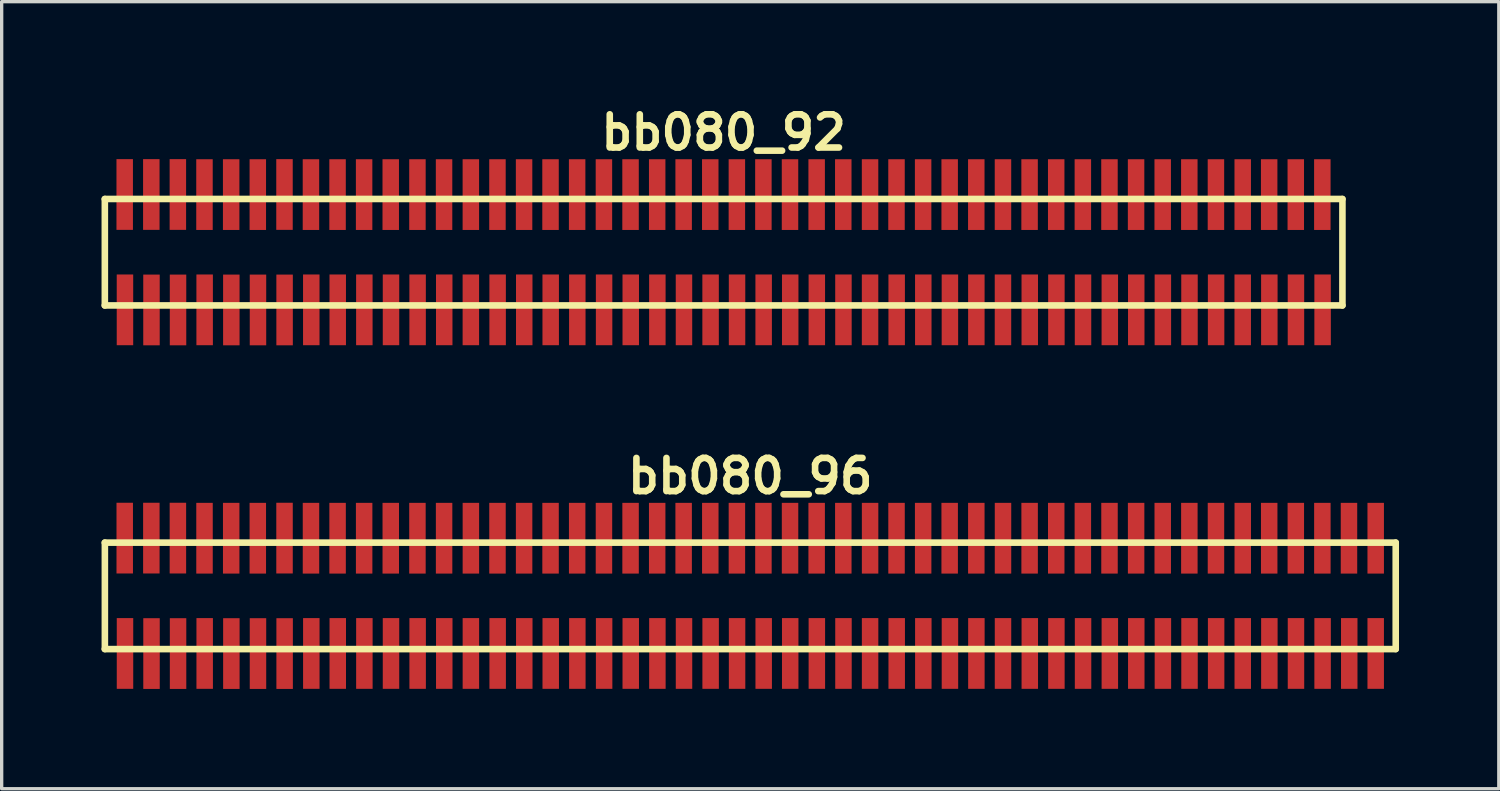
<source format=kicad_pcb>
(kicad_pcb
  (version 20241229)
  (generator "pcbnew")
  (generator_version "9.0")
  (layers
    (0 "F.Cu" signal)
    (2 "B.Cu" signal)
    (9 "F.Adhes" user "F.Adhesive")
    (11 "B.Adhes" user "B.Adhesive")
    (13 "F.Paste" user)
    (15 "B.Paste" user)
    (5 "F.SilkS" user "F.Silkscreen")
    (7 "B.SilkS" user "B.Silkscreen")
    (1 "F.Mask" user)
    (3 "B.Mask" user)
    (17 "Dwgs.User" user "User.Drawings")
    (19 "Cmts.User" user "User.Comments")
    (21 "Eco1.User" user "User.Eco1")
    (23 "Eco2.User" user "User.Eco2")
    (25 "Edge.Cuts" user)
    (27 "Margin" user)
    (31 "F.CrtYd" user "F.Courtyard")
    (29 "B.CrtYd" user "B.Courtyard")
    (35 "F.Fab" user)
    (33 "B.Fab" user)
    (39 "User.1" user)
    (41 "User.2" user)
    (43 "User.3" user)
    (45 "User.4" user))
  (footprint "bb080_96"
    (layer "F.Cu")
    (at 19.5 14.859)
    (property "Reference" "bb080_96" (at 0 -3.599 0) (layer "F.SilkS") (effects (font (size 0.998 0.998) (thickness 0.198))))
    (attr through_hole)
    (fp_line (start -19.401 -1.6) (end 19.401 -1.6) (stroke (width 0.198) (type solid)) (layer "F.SilkS"))
    (fp_line (start -19.398 -1.6) (end -19.398 1.6) (stroke (width 0.198) (type solid)) (layer "F.SilkS"))
    (fp_line (start 19.401 1.6) (end -19.401 1.6) (stroke (width 0.198) (type solid)) (layer "F.SilkS"))
    (fp_line (start 19.401 1.6) (end 19.401 -1.6) (stroke (width 0.198) (type solid)) (layer "F.SilkS"))
    (pad "1" smd rect (at -18.793 1.732) (size 0.495 2.126) (layers "F.Cu" "F.Mask" "F.Paste"))
    (pad "2" smd rect (at -18.801 -1.735) (size 0.495 2.126) (layers "F.Cu" "F.Mask" "F.Paste"))
    (pad "3" smd rect (at -17.996 1.735) (size 0.495 2.126) (layers "F.Cu" "F.Mask" "F.Paste"))
    (pad "4" smd rect (at -18.001 -1.735) (size 0.495 2.126) (layers "F.Cu" "F.Mask" "F.Paste"))
    (pad "5" smd rect (at -17.198 1.735) (size 0.495 2.126) (layers "F.Cu" "F.Mask" "F.Paste"))
    (pad "6" smd rect (at -17.203 -1.735) (size 0.495 2.126) (layers "F.Cu" "F.Mask" "F.Paste"))
    (pad "7" smd rect (at -16.398 1.732) (size 0.495 2.126) (layers "F.Cu" "F.Mask" "F.Paste"))
    (pad "8" smd rect (at -16.403 -1.732) (size 0.495 2.126) (layers "F.Cu" "F.Mask" "F.Paste"))
    (pad "9" smd rect (at -15.596 1.735) (size 0.495 2.126) (layers "F.Cu" "F.Mask" "F.Paste"))
    (pad "10" smd rect (at -15.601 -1.732) (size 0.495 2.126) (layers "F.Cu" "F.Mask" "F.Paste"))
    (pad "11" smd rect (at -14.796 1.735) (size 0.495 2.126) (layers "F.Cu" "F.Mask" "F.Paste"))
    (pad "12" smd rect (at -14.801 -1.732) (size 0.495 2.126) (layers "F.Cu" "F.Mask" "F.Paste"))
    (pad "13" smd rect (at -13.995 1.735) (size 0.495 2.126) (layers "F.Cu" "F.Mask" "F.Paste"))
    (pad "14" smd rect (at -13.998 -1.735) (size 0.495 2.126) (layers "F.Cu" "F.Mask" "F.Paste"))
    (pad "15" smd rect (at -13.193 1.732) (size 0.495 2.126) (layers "F.Cu" "F.Mask" "F.Paste"))
    (pad "16" smd rect (at -13.203 -1.732) (size 0.495 2.126) (layers "F.Cu" "F.Mask" "F.Paste"))
    (pad "17" smd rect (at -12.398 1.732) (size 0.495 2.126) (layers "F.Cu" "F.Mask" "F.Paste"))
    (pad "18" smd rect (at -12.403 -1.732) (size 0.495 2.126) (layers "F.Cu" "F.Mask" "F.Paste"))
    (pad "19" smd rect (at -11.598 1.732) (size 0.495 2.126) (layers "F.Cu" "F.Mask" "F.Paste"))
    (pad "20" smd rect (at -11.605 -1.732) (size 0.495 2.126) (layers "F.Cu" "F.Mask" "F.Paste"))
    (pad "21" smd rect (at -10.798 1.732) (size 0.495 2.126) (layers "F.Cu" "F.Mask" "F.Paste"))
    (pad "22" smd rect (at -10.805 -1.732) (size 0.495 2.126) (layers "F.Cu" "F.Mask" "F.Paste"))
    (pad "23" smd rect (at -9.997 1.732) (size 0.495 2.126) (layers "F.Cu" "F.Mask" "F.Paste"))
    (pad "24" smd rect (at -10.003 -1.732) (size 0.495 2.126) (layers "F.Cu" "F.Mask" "F.Paste"))
    (pad "25" smd rect (at -9.197 1.732) (size 0.495 2.126) (layers "F.Cu" "F.Mask" "F.Paste"))
    (pad "26" smd rect (at -9.202 -1.732) (size 0.495 2.126) (layers "F.Cu" "F.Mask" "F.Paste"))
    (pad "27" smd rect (at -8.397 1.732) (size 0.495 2.126) (layers "F.Cu" "F.Mask" "F.Paste"))
    (pad "28" smd rect (at -8.397 -1.732) (size 0.495 2.126) (layers "F.Cu" "F.Mask" "F.Paste"))
    (pad "29" smd rect (at -7.592 1.732) (size 0.495 2.126) (layers "F.Cu" "F.Mask" "F.Paste"))
    (pad "30" smd rect (at -7.597 -1.732) (size 0.495 2.126) (layers "F.Cu" "F.Mask" "F.Paste"))
    (pad "31" smd rect (at -6.792 1.732) (size 0.495 2.126) (layers "F.Cu" "F.Mask" "F.Paste"))
    (pad "32" smd rect (at -6.797 -1.732) (size 0.495 2.126) (layers "F.Cu" "F.Mask" "F.Paste"))
    (pad "33" smd rect (at -5.997 1.732) (size 0.495 2.126) (layers "F.Cu" "F.Mask" "F.Paste"))
    (pad "34" smd rect (at -6.002 -1.732) (size 0.495 2.126) (layers "F.Cu" "F.Mask" "F.Paste"))
    (pad "35" smd rect (at -5.197 1.732) (size 0.495 2.126) (layers "F.Cu" "F.Mask" "F.Paste"))
    (pad "36" smd rect (at -5.202 -1.732) (size 0.495 2.126) (layers "F.Cu" "F.Mask" "F.Paste"))
    (pad "37" smd rect (at -4.392 1.732) (size 0.495 2.126) (layers "F.Cu" "F.Mask" "F.Paste"))
    (pad "38" smd rect (at -4.397 -1.732) (size 0.495 2.126) (layers "F.Cu" "F.Mask" "F.Paste"))
    (pad "39" smd rect (at -3.592 1.732) (size 0.495 2.126) (layers "F.Cu" "F.Mask" "F.Paste"))
    (pad "40" smd rect (at -3.597 -1.732) (size 0.495 2.126) (layers "F.Cu" "F.Mask" "F.Paste"))
    (pad "41" smd rect (at -2.791 1.732) (size 0.495 2.126) (layers "F.Cu" "F.Mask" "F.Paste"))
    (pad "42" smd rect (at -2.797 -1.732) (size 0.495 2.126) (layers "F.Cu" "F.Mask" "F.Paste"))
    (pad "43" smd rect (at -1.991 1.732) (size 0.495 2.126) (layers "F.Cu" "F.Mask" "F.Paste"))
    (pad "44" smd rect (at -2.002 -1.732) (size 0.495 2.126) (layers "F.Cu" "F.Mask" "F.Paste"))
    (pad "45" smd rect (at -1.191 1.732) (size 0.495 2.126) (layers "F.Cu" "F.Mask" "F.Paste"))
    (pad "46" smd rect (at -1.201 -1.732) (size 0.495 2.126) (layers "F.Cu" "F.Mask" "F.Paste"))
    (pad "47" smd rect (at -0.396 1.732) (size 0.495 2.126) (layers "F.Cu" "F.Mask" "F.Paste"))
    (pad "48" smd rect (at -0.401 -1.732) (size 0.495 2.126) (layers "F.Cu" "F.Mask" "F.Paste"))
    (pad "49" smd rect (at 0.404 1.732) (size 0.495 2.126) (layers "F.Cu" "F.Mask" "F.Paste"))
    (pad "50" smd rect (at 0.396 -1.732) (size 0.495 2.126) (layers "F.Cu" "F.Mask" "F.Paste"))
    (pad "51" smd rect (at 1.201 1.732) (size 0.495 2.126) (layers "F.Cu" "F.Mask" "F.Paste"))
    (pad "52" smd rect (at 1.196 -1.732) (size 0.495 2.126) (layers "F.Cu" "F.Mask" "F.Paste"))
    (pad "53" smd rect (at 2.002 1.732) (size 0.495 2.126) (layers "F.Cu" "F.Mask" "F.Paste"))
    (pad "54" smd rect (at 1.996 -1.732) (size 0.495 2.126) (layers "F.Cu" "F.Mask" "F.Paste"))
    (pad "55" smd rect (at 2.802 1.732) (size 0.495 2.126) (layers "F.Cu" "F.Mask" "F.Paste"))
    (pad "56" smd rect (at 2.797 -1.732) (size 0.495 2.126) (layers "F.Cu" "F.Mask" "F.Paste"))
    (pad "57" smd rect (at 3.602 1.732) (size 0.495 2.126) (layers "F.Cu" "F.Mask" "F.Paste"))
    (pad "58" smd rect (at 3.602 -1.732) (size 0.495 2.126) (layers "F.Cu" "F.Mask" "F.Paste"))
    (pad "59" smd rect (at 4.402 1.732) (size 0.495 2.126) (layers "F.Cu" "F.Mask" "F.Paste"))
    (pad "60" smd rect (at 4.397 -1.732) (size 0.495 2.126) (layers "F.Cu" "F.Mask" "F.Paste"))
    (pad "61" smd rect (at 5.202 1.732) (size 0.495 2.126) (layers "F.Cu" "F.Mask" "F.Paste"))
    (pad "62" smd rect (at 5.197 -1.732) (size 0.495 2.126) (layers "F.Cu" "F.Mask" "F.Paste"))
    (pad "63" smd rect (at 6.002 1.732) (size 0.495 2.126) (layers "F.Cu" "F.Mask" "F.Paste"))
    (pad "64" smd rect (at 5.994 -1.732) (size 0.495 2.126) (layers "F.Cu" "F.Mask" "F.Paste"))
    (pad "65" smd rect (at 6.797 1.732) (size 0.495 2.126) (layers "F.Cu" "F.Mask" "F.Paste"))
    (pad "66" smd rect (at 6.795 -1.732) (size 0.495 2.126) (layers "F.Cu" "F.Mask" "F.Paste"))
    (pad "67" smd rect (at 7.597 1.732) (size 0.495 2.126) (layers "F.Cu" "F.Mask" "F.Paste"))
    (pad "68" smd rect (at 7.597 -1.732) (size 0.495 2.126) (layers "F.Cu" "F.Mask" "F.Paste"))
    (pad "69" smd rect (at 8.402 1.732) (size 0.495 2.126) (layers "F.Cu" "F.Mask" "F.Paste"))
    (pad "70" smd rect (at 8.397 -1.732) (size 0.495 2.126) (layers "F.Cu" "F.Mask" "F.Paste"))
    (pad "71" smd rect (at 9.202 1.732) (size 0.495 2.126) (layers "F.Cu" "F.Mask" "F.Paste"))
    (pad "72" smd rect (at 9.197 -1.732) (size 0.495 2.126) (layers "F.Cu" "F.Mask" "F.Paste"))
    (pad "73" smd rect (at 10.003 1.732) (size 0.495 2.126) (layers "F.Cu" "F.Mask" "F.Paste"))
    (pad "74" smd rect (at 9.997 -1.732) (size 0.495 2.126) (layers "F.Cu" "F.Mask" "F.Paste"))
    (pad "75" smd rect (at 10.808 1.732) (size 0.495 2.126) (layers "F.Cu" "F.Mask" "F.Paste"))
    (pad "76" smd rect (at 10.798 -1.732) (size 0.495 2.126) (layers "F.Cu" "F.Mask" "F.Paste"))
    (pad "77" smd rect (at 11.603 1.732) (size 0.495 2.126) (layers "F.Cu" "F.Mask" "F.Paste"))
    (pad "78" smd rect (at 11.598 -1.732) (size 0.495 2.126) (layers "F.Cu" "F.Mask" "F.Paste"))
    (pad "79" smd rect (at 12.403 1.732) (size 0.495 2.126) (layers "F.Cu" "F.Mask" "F.Paste"))
    (pad "80" smd rect (at 12.398 -1.732) (size 0.495 2.126) (layers "F.Cu" "F.Mask" "F.Paste"))
    (pad "81" smd rect (at 13.203 1.732) (size 0.495 2.126) (layers "F.Cu" "F.Mask" "F.Paste"))
    (pad "82" smd rect (at 13.198 -1.732) (size 0.495 2.126) (layers "F.Cu" "F.Mask" "F.Paste"))
    (pad "83" smd rect (at 14.003 1.732) (size 0.495 2.126) (layers "F.Cu" "F.Mask" "F.Paste"))
    (pad "84" smd rect (at 13.998 -1.732) (size 0.495 2.126) (layers "F.Cu" "F.Mask" "F.Paste"))
    (pad "85" smd rect (at 14.803 1.732) (size 0.495 2.126) (layers "F.Cu" "F.Mask" "F.Paste"))
    (pad "86" smd rect (at 14.803 -1.732) (size 0.495 2.126) (layers "F.Cu" "F.Mask" "F.Paste"))
    (pad "87" smd rect (at 15.603 1.732) (size 0.495 2.126) (layers "F.Cu" "F.Mask" "F.Paste"))
    (pad "88" smd rect (at 15.598 -1.732) (size 0.495 2.126) (layers "F.Cu" "F.Mask" "F.Paste"))
    (pad "89" smd rect (at 16.403 1.732) (size 0.495 2.126) (layers "F.Cu" "F.Mask" "F.Paste"))
    (pad "90" smd rect (at 16.398 -1.732) (size 0.495 2.126) (layers "F.Cu" "F.Mask" "F.Paste"))
    (pad "91" smd rect (at 17.203 1.732) (size 0.495 2.126) (layers "F.Cu" "F.Mask" "F.Paste"))
    (pad "92" smd rect (at 17.196 -1.732) (size 0.495 2.126) (layers "F.Cu" "F.Mask" "F.Paste"))
    (pad "93" smd rect (at 18.004 1.732) (size 0.495 2.126) (layers "F.Cu" "F.Mask" "F.Paste"))
    (pad "94" smd rect (at 17.996 -1.732) (size 0.495 2.126) (layers "F.Cu" "F.Mask" "F.Paste"))
    (pad "95" smd rect (at 18.799 1.732) (size 0.495 2.126) (layers "F.Cu" "F.Mask" "F.Paste"))
    (pad "96" smd rect (at 18.799 -1.732) (size 0.495 2.126) (layers "F.Cu" "F.Mask" "F.Paste")))
  (footprint "bb080_92"
    (layer "F.Cu")
    (at 18.699 4.531)
    (property "Reference" "bb080_92" (at 0 -3.599 0) (layer "F.SilkS") (effects (font (size 0.998 0.998) (thickness 0.198))))
    (attr through_hole)
    (fp_line (start -18.6 1.6) (end 18.6 1.6) (stroke (width 0.198) (type solid)) (layer "F.SilkS"))
    (fp_line (start -18.598 -1.6) (end -18.598 1.6) (stroke (width 0.198) (type solid)) (layer "F.SilkS"))
    (fp_line (start 18.6 -1.6) (end -18.6 -1.6) (stroke (width 0.198) (type solid)) (layer "F.SilkS"))
    (fp_line (start 18.6 1.6) (end 18.6 -1.6) (stroke (width 0.198) (type solid)) (layer "F.SilkS"))
    (pad "1" smd rect (at -17.993 1.732) (size 0.495 2.126) (layers "F.Cu" "F.Mask" "F.Paste"))
    (pad "2" smd rect (at -18.001 -1.735) (size 0.495 2.126) (layers "F.Cu" "F.Mask" "F.Paste"))
    (pad "3" smd rect (at -17.196 1.735) (size 0.495 2.126) (layers "F.Cu" "F.Mask" "F.Paste"))
    (pad "4" smd rect (at -17.201 -1.735) (size 0.495 2.126) (layers "F.Cu" "F.Mask" "F.Paste"))
    (pad "5" smd rect (at -16.398 1.735) (size 0.495 2.126) (layers "F.Cu" "F.Mask" "F.Paste"))
    (pad "6" smd rect (at -16.403 -1.735) (size 0.495 2.126) (layers "F.Cu" "F.Mask" "F.Paste"))
    (pad "7" smd rect (at -15.598 1.732) (size 0.495 2.126) (layers "F.Cu" "F.Mask" "F.Paste"))
    (pad "8" smd rect (at -15.603 -1.732) (size 0.495 2.126) (layers "F.Cu" "F.Mask" "F.Paste"))
    (pad "9" smd rect (at -14.796 1.735) (size 0.495 2.126) (layers "F.Cu" "F.Mask" "F.Paste"))
    (pad "10" smd rect (at -14.801 -1.732) (size 0.495 2.126) (layers "F.Cu" "F.Mask" "F.Paste"))
    (pad "11" smd rect (at -13.995 1.735) (size 0.495 2.126) (layers "F.Cu" "F.Mask" "F.Paste"))
    (pad "12" smd rect (at -14 -1.732) (size 0.495 2.126) (layers "F.Cu" "F.Mask" "F.Paste"))
    (pad "13" smd rect (at -13.195 1.735) (size 0.495 2.126) (layers "F.Cu" "F.Mask" "F.Paste"))
    (pad "14" smd rect (at -13.198 -1.735) (size 0.495 2.126) (layers "F.Cu" "F.Mask" "F.Paste"))
    (pad "15" smd rect (at -12.393 1.732) (size 0.495 2.126) (layers "F.Cu" "F.Mask" "F.Paste"))
    (pad "16" smd rect (at -12.403 -1.732) (size 0.495 2.126) (layers "F.Cu" "F.Mask" "F.Paste"))
    (pad "17" smd rect (at -11.598 1.732) (size 0.495 2.126) (layers "F.Cu" "F.Mask" "F.Paste"))
    (pad "18" smd rect (at -11.603 -1.732) (size 0.495 2.126) (layers "F.Cu" "F.Mask" "F.Paste"))
    (pad "19" smd rect (at -10.798 1.732) (size 0.495 2.126) (layers "F.Cu" "F.Mask" "F.Paste"))
    (pad "20" smd rect (at -10.805 -1.732) (size 0.495 2.126) (layers "F.Cu" "F.Mask" "F.Paste"))
    (pad "21" smd rect (at -9.997 1.732) (size 0.495 2.126) (layers "F.Cu" "F.Mask" "F.Paste"))
    (pad "22" smd rect (at -10.005 -1.732) (size 0.495 2.126) (layers "F.Cu" "F.Mask" "F.Paste"))
    (pad "23" smd rect (at -9.197 1.732) (size 0.495 2.126) (layers "F.Cu" "F.Mask" "F.Paste"))
    (pad "24" smd rect (at -9.202 -1.732) (size 0.495 2.126) (layers "F.Cu" "F.Mask" "F.Paste"))
    (pad "25" smd rect (at -8.397 1.732) (size 0.495 2.126) (layers "F.Cu" "F.Mask" "F.Paste"))
    (pad "26" smd rect (at -8.402 -1.732) (size 0.495 2.126) (layers "F.Cu" "F.Mask" "F.Paste"))
    (pad "27" smd rect (at -7.597 1.732) (size 0.495 2.126) (layers "F.Cu" "F.Mask" "F.Paste"))
    (pad "28" smd rect (at -7.597 -1.732) (size 0.495 2.126) (layers "F.Cu" "F.Mask" "F.Paste"))
    (pad "29" smd rect (at -6.792 1.732) (size 0.495 2.126) (layers "F.Cu" "F.Mask" "F.Paste"))
    (pad "30" smd rect (at -6.797 -1.732) (size 0.495 2.126) (layers "F.Cu" "F.Mask" "F.Paste"))
    (pad "31" smd rect (at -5.992 1.732) (size 0.495 2.126) (layers "F.Cu" "F.Mask" "F.Paste"))
    (pad "32" smd rect (at -5.997 -1.732) (size 0.495 2.126) (layers "F.Cu" "F.Mask" "F.Paste"))
    (pad "33" smd rect (at -5.197 1.732) (size 0.495 2.126) (layers "F.Cu" "F.Mask" "F.Paste"))
    (pad "34" smd rect (at -5.202 -1.732) (size 0.495 2.126) (layers "F.Cu" "F.Mask" "F.Paste"))
    (pad "35" smd rect (at -4.397 1.732) (size 0.495 2.126) (layers "F.Cu" "F.Mask" "F.Paste"))
    (pad "36" smd rect (at -4.402 -1.732) (size 0.495 2.126) (layers "F.Cu" "F.Mask" "F.Paste"))
    (pad "37" smd rect (at -3.592 1.732) (size 0.495 2.126) (layers "F.Cu" "F.Mask" "F.Paste"))
    (pad "38" smd rect (at -3.597 -1.732) (size 0.495 2.126) (layers "F.Cu" "F.Mask" "F.Paste"))
    (pad "39" smd rect (at -2.791 1.732) (size 0.495 2.126) (layers "F.Cu" "F.Mask" "F.Paste"))
    (pad "40" smd rect (at -2.797 -1.732) (size 0.495 2.126) (layers "F.Cu" "F.Mask" "F.Paste"))
    (pad "41" smd rect (at -1.991 1.732) (size 0.495 2.126) (layers "F.Cu" "F.Mask" "F.Paste"))
    (pad "42" smd rect (at -1.996 -1.732) (size 0.495 2.126) (layers "F.Cu" "F.Mask" "F.Paste"))
    (pad "43" smd rect (at -1.191 1.732) (size 0.495 2.126) (layers "F.Cu" "F.Mask" "F.Paste"))
    (pad "44" smd rect (at -1.201 -1.732) (size 0.495 2.126) (layers "F.Cu" "F.Mask" "F.Paste"))
    (pad "45" smd rect (at -0.391 1.732) (size 0.495 2.126) (layers "F.Cu" "F.Mask" "F.Paste"))
    (pad "46" smd rect (at -0.401 -1.732) (size 0.495 2.126) (layers "F.Cu" "F.Mask" "F.Paste"))
    (pad "47" smd rect (at 0.404 1.732) (size 0.495 2.126) (layers "F.Cu" "F.Mask" "F.Paste"))
    (pad "48" smd rect (at 0.399 -1.732) (size 0.495 2.126) (layers "F.Cu" "F.Mask" "F.Paste"))
    (pad "49" smd rect (at 1.204 1.732) (size 0.495 2.126) (layers "F.Cu" "F.Mask" "F.Paste"))
    (pad "50" smd rect (at 1.196 -1.732) (size 0.495 2.126) (layers "F.Cu" "F.Mask" "F.Paste"))
    (pad "51" smd rect (at 2.002 1.732) (size 0.495 2.126) (layers "F.Cu" "F.Mask" "F.Paste"))
    (pad "52" smd rect (at 1.996 -1.732) (size 0.495 2.126) (layers "F.Cu" "F.Mask" "F.Paste"))
    (pad "53" smd rect (at 2.802 1.732) (size 0.495 2.126) (layers "F.Cu" "F.Mask" "F.Paste"))
    (pad "54" smd rect (at 2.797 -1.732) (size 0.495 2.126) (layers "F.Cu" "F.Mask" "F.Paste"))
    (pad "55" smd rect (at 3.602 1.732) (size 0.495 2.126) (layers "F.Cu" "F.Mask" "F.Paste"))
    (pad "56" smd rect (at 3.597 -1.732) (size 0.495 2.126) (layers "F.Cu" "F.Mask" "F.Paste"))
    (pad "57" smd rect (at 4.402 1.732) (size 0.495 2.126) (layers "F.Cu" "F.Mask" "F.Paste"))
    (pad "58" smd rect (at 4.402 -1.732) (size 0.495 2.126) (layers "F.Cu" "F.Mask" "F.Paste"))
    (pad "59" smd rect (at 5.202 1.732) (size 0.495 2.126) (layers "F.Cu" "F.Mask" "F.Paste"))
    (pad "60" smd rect (at 5.197 -1.732) (size 0.495 2.126) (layers "F.Cu" "F.Mask" "F.Paste"))
    (pad "61" smd rect (at 6.002 1.732) (size 0.495 2.126) (layers "F.Cu" "F.Mask" "F.Paste"))
    (pad "62" smd rect (at 5.997 -1.732) (size 0.495 2.126) (layers "F.Cu" "F.Mask" "F.Paste"))
    (pad "63" smd rect (at 6.802 1.732) (size 0.495 2.126) (layers "F.Cu" "F.Mask" "F.Paste"))
    (pad "64" smd rect (at 6.795 -1.732) (size 0.495 2.126) (layers "F.Cu" "F.Mask" "F.Paste"))
    (pad "65" smd rect (at 7.597 1.732) (size 0.495 2.126) (layers "F.Cu" "F.Mask" "F.Paste"))
    (pad "66" smd rect (at 7.595 -1.732) (size 0.495 2.126) (layers "F.Cu" "F.Mask" "F.Paste"))
    (pad "67" smd rect (at 8.397 1.732) (size 0.495 2.126) (layers "F.Cu" "F.Mask" "F.Paste"))
    (pad "68" smd rect (at 8.397 -1.732) (size 0.495 2.126) (layers "F.Cu" "F.Mask" "F.Paste"))
    (pad "69" smd rect (at 9.202 1.732) (size 0.495 2.126) (layers "F.Cu" "F.Mask" "F.Paste"))
    (pad "70" smd rect (at 9.197 -1.732) (size 0.495 2.126) (layers "F.Cu" "F.Mask" "F.Paste"))
    (pad "71" smd rect (at 10.003 1.732) (size 0.495 2.126) (layers "F.Cu" "F.Mask" "F.Paste"))
    (pad "72" smd rect (at 9.997 -1.732) (size 0.495 2.126) (layers "F.Cu" "F.Mask" "F.Paste"))
    (pad "73" smd rect (at 10.803 1.732) (size 0.495 2.126) (layers "F.Cu" "F.Mask" "F.Paste"))
    (pad "74" smd rect (at 10.798 -1.732) (size 0.495 2.126) (layers "F.Cu" "F.Mask" "F.Paste"))
    (pad "75" smd rect (at 11.608 1.732) (size 0.495 2.126) (layers "F.Cu" "F.Mask" "F.Paste"))
    (pad "76" smd rect (at 11.598 -1.732) (size 0.495 2.126) (layers "F.Cu" "F.Mask" "F.Paste"))
    (pad "77" smd rect (at 12.403 1.732) (size 0.495 2.126) (layers "F.Cu" "F.Mask" "F.Paste"))
    (pad "78" smd rect (at 12.398 -1.732) (size 0.495 2.126) (layers "F.Cu" "F.Mask" "F.Paste"))
    (pad "79" smd rect (at 13.203 1.732) (size 0.495 2.126) (layers "F.Cu" "F.Mask" "F.Paste"))
    (pad "80" smd rect (at 13.198 -1.732) (size 0.495 2.126) (layers "F.Cu" "F.Mask" "F.Paste"))
    (pad "81" smd rect (at 14.003 1.732) (size 0.495 2.126) (layers "F.Cu" "F.Mask" "F.Paste"))
    (pad "82" smd rect (at 13.998 -1.732) (size 0.495 2.126) (layers "F.Cu" "F.Mask" "F.Paste"))
    (pad "83" smd rect (at 14.803 1.732) (size 0.495 2.126) (layers "F.Cu" "F.Mask" "F.Paste"))
    (pad "84" smd rect (at 14.798 -1.732) (size 0.495 2.126) (layers "F.Cu" "F.Mask" "F.Paste"))
    (pad "85" smd rect (at 15.603 1.732) (size 0.495 2.126) (layers "F.Cu" "F.Mask" "F.Paste"))
    (pad "86" smd rect (at 15.603 -1.732) (size 0.495 2.126) (layers "F.Cu" "F.Mask" "F.Paste"))
    (pad "87" smd rect (at 16.403 1.732) (size 0.495 2.126) (layers "F.Cu" "F.Mask" "F.Paste"))
    (pad "88" smd rect (at 16.398 -1.732) (size 0.495 2.126) (layers "F.Cu" "F.Mask" "F.Paste"))
    (pad "89" smd rect (at 17.203 1.732) (size 0.495 2.126) (layers "F.Cu" "F.Mask" "F.Paste"))
    (pad "90" smd rect (at 17.198 -1.732) (size 0.495 2.126) (layers "F.Cu" "F.Mask" "F.Paste"))
    (pad "91" smd rect (at 18.004 1.732) (size 0.495 2.126) (layers "F.Cu" "F.Mask" "F.Paste"))
    (pad "92" smd rect (at 17.996 -1.732) (size 0.495 2.126) (layers "F.Cu" "F.Mask" "F.Paste")))
  (gr_rect
    (start -3 -3)
    (end 41.999 20.657)
    (stroke (width 0.1) (type default))
    (fill no)
    (layer "Edge.Cuts")))
</source>
